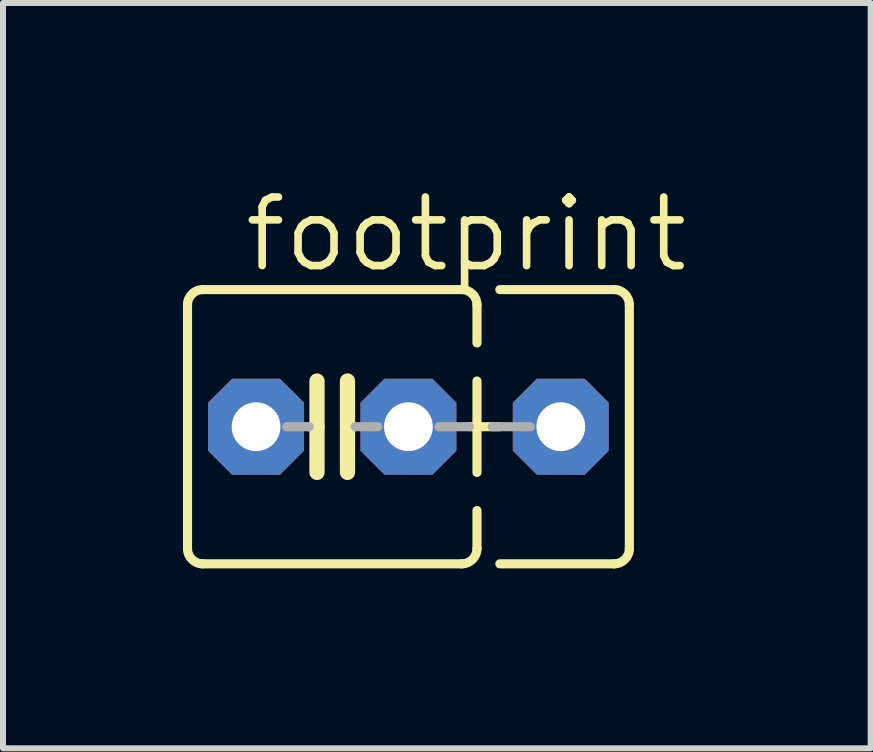
<source format=kicad_pcb>
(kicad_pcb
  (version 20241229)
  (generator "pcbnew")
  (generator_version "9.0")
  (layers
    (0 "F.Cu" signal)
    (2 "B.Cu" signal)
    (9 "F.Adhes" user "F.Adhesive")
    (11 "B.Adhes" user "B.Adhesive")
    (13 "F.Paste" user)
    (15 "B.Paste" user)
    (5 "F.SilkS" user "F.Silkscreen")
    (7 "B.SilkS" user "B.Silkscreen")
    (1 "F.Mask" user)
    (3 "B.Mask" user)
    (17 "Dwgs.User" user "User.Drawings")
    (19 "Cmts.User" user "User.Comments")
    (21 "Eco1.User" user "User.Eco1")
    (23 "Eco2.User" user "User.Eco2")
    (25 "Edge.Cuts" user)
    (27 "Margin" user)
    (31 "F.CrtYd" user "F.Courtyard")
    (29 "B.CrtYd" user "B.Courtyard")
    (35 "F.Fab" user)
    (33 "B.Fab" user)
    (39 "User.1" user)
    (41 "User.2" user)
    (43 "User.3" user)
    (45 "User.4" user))
  (footprint "footprint"
    (layer "F.Cu")
    (at 2.489 4.064)
    (property "Reference" "footprint" (at -1.524 -2.54 0) (layer "F.SilkS") (effects (font (size 1.143 1.143) (thickness 0.127)) (justify left bottom)))
    (fp_line (start -2.413 -2.032) (end -2.413 2.032) (stroke (width 0.152) (type solid)) (layer "F.SilkS"))
    (fp_line (start -2.159 -2.286) (end 2.159 -2.286) (stroke (width 0.152) (type solid)) (layer "F.SilkS"))
    (fp_line (start -0.254 -0.762) (end -0.254 0) (stroke (width 0.254) (type solid)) (layer "F.SilkS"))
    (fp_line (start -0.254 0) (end -0.381 0) (stroke (width 0.152) (type solid)) (layer "F.SilkS"))
    (fp_line (start -0.254 0) (end -0.254 0.762) (stroke (width 0.254) (type solid)) (layer "F.SilkS"))
    (fp_line (start 0.254 0) (end 0.254 -0.762) (stroke (width 0.254) (type solid)) (layer "F.SilkS"))
    (fp_line (start 0.254 0) (end 0.254 0.762) (stroke (width 0.254) (type solid)) (layer "F.SilkS"))
    (fp_line (start 0.381 0) (end 0.254 0) (stroke (width 0.152) (type solid)) (layer "F.SilkS"))
    (fp_line (start 2.159 2.286) (end -2.159 2.286) (stroke (width 0.152) (type solid)) (layer "F.SilkS"))
    (fp_line (start 2.286 0) (end 2.794 0) (stroke (width 0.152) (type solid)) (layer "F.SilkS"))
    (fp_line (start 2.413 -2.032) (end 2.413 -1.397) (stroke (width 0.152) (type solid)) (layer "F.SilkS"))
    (fp_line (start 2.413 -0.762) (end 2.413 0.762) (stroke (width 0.152) (type solid)) (layer "F.SilkS"))
    (fp_line (start 2.413 1.397) (end 2.413 2.032) (stroke (width 0.152) (type solid)) (layer "F.SilkS"))
    (fp_line (start 2.794 -2.286) (end 4.699 -2.286) (stroke (width 0.152) (type solid)) (layer "F.SilkS"))
    (fp_line (start 4.699 2.286) (end 2.794 2.286) (stroke (width 0.152) (type solid)) (layer "F.SilkS"))
    (fp_line (start 4.953 -2.032) (end 4.953 2.032) (stroke (width 0.152) (type solid)) (layer "F.SilkS"))
    (fp_arc (start -2.413 -2.032) (mid -2.338605 -2.211605) (end -2.159 -2.286) (stroke (width 0.1524) (type solid)) (layer "F.SilkS"))
    (fp_arc (start -2.159 2.286) (mid -2.338605 2.211605) (end -2.413 2.032) (stroke (width 0.1524) (type solid)) (layer "F.SilkS"))
    (fp_arc (start 2.159 -2.286) (mid 2.338605 -2.211605) (end 2.413 -2.032) (stroke (width 0.1524) (type solid)) (layer "F.SilkS"))
    (fp_arc (start 2.413 2.032) (mid 2.338605 2.211605) (end 2.159 2.286) (stroke (width 0.1524) (type solid)) (layer "F.SilkS"))
    (fp_arc (start 4.699 -2.286) (mid 4.878605 -2.211605) (end 4.953 -2.032) (stroke (width 0.1524) (type solid)) (layer "F.SilkS"))
    (fp_arc (start 4.953 2.032) (mid 4.878605 2.211605) (end 4.699 2.286) (stroke (width 0.1524) (type solid)) (layer "F.SilkS"))
    (fp_line (start -0.381 0) (end -0.762 0) (stroke (width 0.152) (type solid)) (layer "F.Fab"))
    (fp_line (start 0.381 0) (end 0.762 0) (stroke (width 0.152) (type solid)) (layer "F.Fab"))
    (fp_line (start 1.778 0) (end 2.286 0) (stroke (width 0.152) (type solid)) (layer "F.Fab"))
    (fp_line (start 2.667 0) (end 3.302 0) (stroke (width 0.152) (type solid)) (layer "F.Fab"))
    (pad "1" thru_hole roundrect (at -1.27 0) (size 1.6 1.6) (drill 0.813) (layers "*.Cu" "*.Mask") (roundrect_rratio 0.25) (chamfer_ratio 0.25) (chamfer top_left top_right bottom_left bottom_right))
    (pad "2" thru_hole roundrect (at 1.27 0) (size 1.6 1.6) (drill 0.813) (layers "*.Cu" "*.Mask") (roundrect_rratio 0.25) (chamfer_ratio 0.25) (chamfer top_left top_right bottom_left bottom_right))
    (pad "3" thru_hole roundrect (at 3.81 0) (size 1.6 1.6) (drill 0.813) (layers "*.Cu" "*.Mask") (roundrect_rratio 0.25) (chamfer_ratio 0.25) (chamfer top_left top_right bottom_left bottom_right)))
  (gr_rect
    (start -3 -3)
    (end 11.465 9.426)
    (stroke (width 0.1) (type default))
    (fill no)
    (layer "Edge.Cuts")))
</source>
